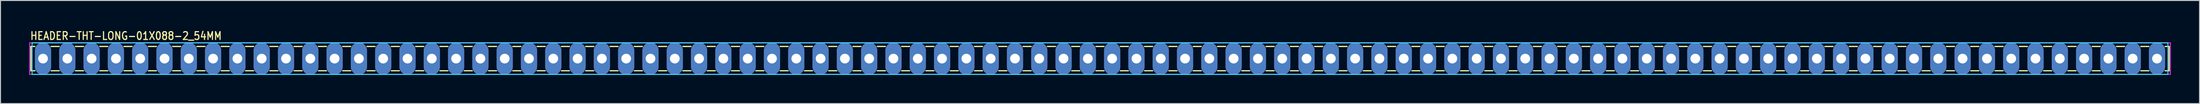
<source format=kicad_pcb>
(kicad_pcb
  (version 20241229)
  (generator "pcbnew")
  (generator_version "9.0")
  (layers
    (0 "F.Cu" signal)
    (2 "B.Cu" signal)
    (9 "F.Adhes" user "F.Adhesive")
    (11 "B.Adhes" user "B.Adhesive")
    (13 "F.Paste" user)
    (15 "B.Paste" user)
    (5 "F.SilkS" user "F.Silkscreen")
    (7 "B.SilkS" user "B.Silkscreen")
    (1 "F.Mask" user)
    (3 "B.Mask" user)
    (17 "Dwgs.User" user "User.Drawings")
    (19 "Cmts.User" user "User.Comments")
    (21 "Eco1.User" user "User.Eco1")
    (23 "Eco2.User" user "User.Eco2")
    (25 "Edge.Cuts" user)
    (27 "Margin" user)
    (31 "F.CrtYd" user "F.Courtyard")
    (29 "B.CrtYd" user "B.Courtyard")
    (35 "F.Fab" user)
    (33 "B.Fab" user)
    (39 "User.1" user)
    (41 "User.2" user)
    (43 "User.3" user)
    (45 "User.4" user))
  (footprint "HEADER-THT-LONG-01X088-2_54MM"
    (layer "F.Cu")
    (at 1.447 3.079)
    (property "Reference" "HEADER-THT-LONG-01X088-2_54MM" (at -1.4 -1.9 0) (unlocked yes) (layer "F.SilkS") (effects (font (size 0.813 0.695) (thickness 0.122)) (justify left bottom)))
    (fp_line (start -1.27 -1.27) (end -1.27 1.27) (stroke (width 0.127) (type solid)) (layer "F.SilkS"))
    (fp_line (start -1.27 1.27) (end -0.85 1.27) (stroke (width 0.127) (type solid)) (layer "F.SilkS"))
    (fp_line (start -0.85 -1.27) (end -1.27 -1.27) (stroke (width 0.127) (type solid)) (layer "F.SilkS"))
    (fp_line (start 0.85 -1.27) (end 1.69 -1.27) (stroke (width 0.127) (type solid)) (layer "F.SilkS"))
    (fp_line (start 0.85 1.27) (end 1.69 1.27) (stroke (width 0.127) (type solid)) (layer "F.SilkS"))
    (fp_line (start 3.39 -1.27) (end 4.23 -1.27) (stroke (width 0.127) (type solid)) (layer "F.SilkS"))
    (fp_line (start 3.39 1.27) (end 4.23 1.27) (stroke (width 0.127) (type solid)) (layer "F.SilkS"))
    (fp_line (start 5.93 -1.27) (end 6.77 -1.27) (stroke (width 0.127) (type solid)) (layer "F.SilkS"))
    (fp_line (start 5.93 1.27) (end 6.77 1.27) (stroke (width 0.127) (type solid)) (layer "F.SilkS"))
    (fp_line (start 8.47 -1.27) (end 9.31 -1.27) (stroke (width 0.127) (type solid)) (layer "F.SilkS"))
    (fp_line (start 8.47 1.27) (end 9.31 1.27) (stroke (width 0.127) (type solid)) (layer "F.SilkS"))
    (fp_line (start 11.01 -1.27) (end 11.85 -1.27) (stroke (width 0.127) (type solid)) (layer "F.SilkS"))
    (fp_line (start 11.01 1.27) (end 11.85 1.27) (stroke (width 0.127) (type solid)) (layer "F.SilkS"))
    (fp_line (start 13.55 -1.27) (end 14.39 -1.27) (stroke (width 0.127) (type solid)) (layer "F.SilkS"))
    (fp_line (start 13.55 1.27) (end 14.39 1.27) (stroke (width 0.127) (type solid)) (layer "F.SilkS"))
    (fp_line (start 16.09 -1.27) (end 16.93 -1.27) (stroke (width 0.127) (type solid)) (layer "F.SilkS"))
    (fp_line (start 16.09 1.27) (end 16.93 1.27) (stroke (width 0.127) (type solid)) (layer "F.SilkS"))
    (fp_line (start 18.63 -1.27) (end 19.47 -1.27) (stroke (width 0.127) (type solid)) (layer "F.SilkS"))
    (fp_line (start 18.63 1.27) (end 19.47 1.27) (stroke (width 0.127) (type solid)) (layer "F.SilkS"))
    (fp_line (start 21.17 -1.27) (end 22.01 -1.27) (stroke (width 0.127) (type solid)) (layer "F.SilkS"))
    (fp_line (start 21.17 1.27) (end 22.01 1.27) (stroke (width 0.127) (type solid)) (layer "F.SilkS"))
    (fp_line (start 23.71 -1.27) (end 24.55 -1.27) (stroke (width 0.127) (type solid)) (layer "F.SilkS"))
    (fp_line (start 23.71 1.27) (end 24.55 1.27) (stroke (width 0.127) (type solid)) (layer "F.SilkS"))
    (fp_line (start 26.25 -1.27) (end 27.09 -1.27) (stroke (width 0.127) (type solid)) (layer "F.SilkS"))
    (fp_line (start 26.25 1.27) (end 27.09 1.27) (stroke (width 0.127) (type solid)) (layer "F.SilkS"))
    (fp_line (start 28.79 -1.27) (end 29.63 -1.27) (stroke (width 0.127) (type solid)) (layer "F.SilkS"))
    (fp_line (start 28.79 1.27) (end 29.63 1.27) (stroke (width 0.127) (type solid)) (layer "F.SilkS"))
    (fp_line (start 31.33 -1.27) (end 32.17 -1.27) (stroke (width 0.127) (type solid)) (layer "F.SilkS"))
    (fp_line (start 31.33 1.27) (end 32.17 1.27) (stroke (width 0.127) (type solid)) (layer "F.SilkS"))
    (fp_line (start 33.87 -1.27) (end 34.71 -1.27) (stroke (width 0.127) (type solid)) (layer "F.SilkS"))
    (fp_line (start 33.87 1.27) (end 34.71 1.27) (stroke (width 0.127) (type solid)) (layer "F.SilkS"))
    (fp_line (start 36.41 -1.27) (end 37.25 -1.27) (stroke (width 0.127) (type solid)) (layer "F.SilkS"))
    (fp_line (start 36.41 1.27) (end 37.25 1.27) (stroke (width 0.127) (type solid)) (layer "F.SilkS"))
    (fp_line (start 38.95 -1.27) (end 39.79 -1.27) (stroke (width 0.127) (type solid)) (layer "F.SilkS"))
    (fp_line (start 38.95 1.27) (end 39.79 1.27) (stroke (width 0.127) (type solid)) (layer "F.SilkS"))
    (fp_line (start 41.49 -1.27) (end 42.33 -1.27) (stroke (width 0.127) (type solid)) (layer "F.SilkS"))
    (fp_line (start 41.49 1.27) (end 42.33 1.27) (stroke (width 0.127) (type solid)) (layer "F.SilkS"))
    (fp_line (start 44.03 -1.27) (end 44.87 -1.27) (stroke (width 0.127) (type solid)) (layer "F.SilkS"))
    (fp_line (start 44.03 1.27) (end 44.87 1.27) (stroke (width 0.127) (type solid)) (layer "F.SilkS"))
    (fp_line (start 46.57 -1.27) (end 47.41 -1.27) (stroke (width 0.127) (type solid)) (layer "F.SilkS"))
    (fp_line (start 46.57 1.27) (end 47.41 1.27) (stroke (width 0.127) (type solid)) (layer "F.SilkS"))
    (fp_line (start 49.11 -1.27) (end 49.95 -1.27) (stroke (width 0.127) (type solid)) (layer "F.SilkS"))
    (fp_line (start 49.11 1.27) (end 49.95 1.27) (stroke (width 0.127) (type solid)) (layer "F.SilkS"))
    (fp_line (start 51.65 -1.27) (end 52.49 -1.27) (stroke (width 0.127) (type solid)) (layer "F.SilkS"))
    (fp_line (start 51.65 1.27) (end 52.49 1.27) (stroke (width 0.127) (type solid)) (layer "F.SilkS"))
    (fp_line (start 54.19 -1.27) (end 55.03 -1.27) (stroke (width 0.127) (type solid)) (layer "F.SilkS"))
    (fp_line (start 54.19 1.27) (end 55.03 1.27) (stroke (width 0.127) (type solid)) (layer "F.SilkS"))
    (fp_line (start 56.73 -1.27) (end 57.57 -1.27) (stroke (width 0.127) (type solid)) (layer "F.SilkS"))
    (fp_line (start 56.73 1.27) (end 57.57 1.27) (stroke (width 0.127) (type solid)) (layer "F.SilkS"))
    (fp_line (start 59.27 -1.27) (end 60.11 -1.27) (stroke (width 0.127) (type solid)) (layer "F.SilkS"))
    (fp_line (start 59.27 1.27) (end 60.11 1.27) (stroke (width 0.127) (type solid)) (layer "F.SilkS"))
    (fp_line (start 61.81 -1.27) (end 62.65 -1.27) (stroke (width 0.127) (type solid)) (layer "F.SilkS"))
    (fp_line (start 61.81 1.27) (end 62.65 1.27) (stroke (width 0.127) (type solid)) (layer "F.SilkS"))
    (fp_line (start 64.35 -1.27) (end 65.19 -1.27) (stroke (width 0.127) (type solid)) (layer "F.SilkS"))
    (fp_line (start 64.35 1.27) (end 65.19 1.27) (stroke (width 0.127) (type solid)) (layer "F.SilkS"))
    (fp_line (start 66.89 -1.27) (end 67.73 -1.27) (stroke (width 0.127) (type solid)) (layer "F.SilkS"))
    (fp_line (start 66.89 1.27) (end 67.73 1.27) (stroke (width 0.127) (type solid)) (layer "F.SilkS"))
    (fp_line (start 69.43 -1.27) (end 70.27 -1.27) (stroke (width 0.127) (type solid)) (layer "F.SilkS"))
    (fp_line (start 69.43 1.27) (end 70.27 1.27) (stroke (width 0.127) (type solid)) (layer "F.SilkS"))
    (fp_line (start 71.97 -1.27) (end 72.81 -1.27) (stroke (width 0.127) (type solid)) (layer "F.SilkS"))
    (fp_line (start 71.97 1.27) (end 72.81 1.27) (stroke (width 0.127) (type solid)) (layer "F.SilkS"))
    (fp_line (start 74.51 -1.27) (end 75.35 -1.27) (stroke (width 0.127) (type solid)) (layer "F.SilkS"))
    (fp_line (start 74.51 1.27) (end 75.35 1.27) (stroke (width 0.127) (type solid)) (layer "F.SilkS"))
    (fp_line (start 77.05 -1.27) (end 77.89 -1.27) (stroke (width 0.127) (type solid)) (layer "F.SilkS"))
    (fp_line (start 77.05 1.27) (end 77.89 1.27) (stroke (width 0.127) (type solid)) (layer "F.SilkS"))
    (fp_line (start 79.59 -1.27) (end 80.43 -1.27) (stroke (width 0.127) (type solid)) (layer "F.SilkS"))
    (fp_line (start 79.59 1.27) (end 80.43 1.27) (stroke (width 0.127) (type solid)) (layer "F.SilkS"))
    (fp_line (start 82.13 -1.27) (end 82.97 -1.27) (stroke (width 0.127) (type solid)) (layer "F.SilkS"))
    (fp_line (start 82.13 1.27) (end 82.97 1.27) (stroke (width 0.127) (type solid)) (layer "F.SilkS"))
    (fp_line (start 84.67 -1.27) (end 85.51 -1.27) (stroke (width 0.127) (type solid)) (layer "F.SilkS"))
    (fp_line (start 84.67 1.27) (end 85.51 1.27) (stroke (width 0.127) (type solid)) (layer "F.SilkS"))
    (fp_line (start 87.21 -1.27) (end 88.05 -1.27) (stroke (width 0.127) (type solid)) (layer "F.SilkS"))
    (fp_line (start 87.21 1.27) (end 88.05 1.27) (stroke (width 0.127) (type solid)) (layer "F.SilkS"))
    (fp_line (start 89.75 -1.27) (end 90.59 -1.27) (stroke (width 0.127) (type solid)) (layer "F.SilkS"))
    (fp_line (start 89.75 1.27) (end 90.59 1.27) (stroke (width 0.127) (type solid)) (layer "F.SilkS"))
    (fp_line (start 92.29 -1.27) (end 93.13 -1.27) (stroke (width 0.127) (type solid)) (layer "F.SilkS"))
    (fp_line (start 92.29 1.27) (end 93.13 1.27) (stroke (width 0.127) (type solid)) (layer "F.SilkS"))
    (fp_line (start 94.83 -1.27) (end 95.67 -1.27) (stroke (width 0.127) (type solid)) (layer "F.SilkS"))
    (fp_line (start 94.83 1.27) (end 95.67 1.27) (stroke (width 0.127) (type solid)) (layer "F.SilkS"))
    (fp_line (start 97.37 -1.27) (end 98.21 -1.27) (stroke (width 0.127) (type solid)) (layer "F.SilkS"))
    (fp_line (start 97.37 1.27) (end 98.21 1.27) (stroke (width 0.127) (type solid)) (layer "F.SilkS"))
    (fp_line (start 99.91 -1.27) (end 100.75 -1.27) (stroke (width 0.127) (type solid)) (layer "F.SilkS"))
    (fp_line (start 99.91 1.27) (end 100.75 1.27) (stroke (width 0.127) (type solid)) (layer "F.SilkS"))
    (fp_line (start 102.45 -1.27) (end 103.29 -1.27) (stroke (width 0.127) (type solid)) (layer "F.SilkS"))
    (fp_line (start 102.45 1.27) (end 103.29 1.27) (stroke (width 0.127) (type solid)) (layer "F.SilkS"))
    (fp_line (start 104.99 -1.27) (end 105.83 -1.27) (stroke (width 0.127) (type solid)) (layer "F.SilkS"))
    (fp_line (start 104.99 1.27) (end 105.83 1.27) (stroke (width 0.127) (type solid)) (layer "F.SilkS"))
    (fp_line (start 107.53 -1.27) (end 108.37 -1.27) (stroke (width 0.127) (type solid)) (layer "F.SilkS"))
    (fp_line (start 107.53 1.27) (end 108.37 1.27) (stroke (width 0.127) (type solid)) (layer "F.SilkS"))
    (fp_line (start 110.07 -1.27) (end 110.91 -1.27) (stroke (width 0.127) (type solid)) (layer "F.SilkS"))
    (fp_line (start 110.07 1.27) (end 110.91 1.27) (stroke (width 0.127) (type solid)) (layer "F.SilkS"))
    (fp_line (start 112.61 -1.27) (end 113.45 -1.27) (stroke (width 0.127) (type solid)) (layer "F.SilkS"))
    (fp_line (start 112.61 1.27) (end 113.45 1.27) (stroke (width 0.127) (type solid)) (layer "F.SilkS"))
    (fp_line (start 115.15 -1.27) (end 115.99 -1.27) (stroke (width 0.127) (type solid)) (layer "F.SilkS"))
    (fp_line (start 115.15 1.27) (end 115.99 1.27) (stroke (width 0.127) (type solid)) (layer "F.SilkS"))
    (fp_line (start 117.69 -1.27) (end 118.53 -1.27) (stroke (width 0.127) (type solid)) (layer "F.SilkS"))
    (fp_line (start 117.69 1.27) (end 118.53 1.27) (stroke (width 0.127) (type solid)) (layer "F.SilkS"))
    (fp_line (start 120.23 -1.27) (end 121.07 -1.27) (stroke (width 0.127) (type solid)) (layer "F.SilkS"))
    (fp_line (start 120.23 1.27) (end 121.07 1.27) (stroke (width 0.127) (type solid)) (layer "F.SilkS"))
    (fp_line (start 122.77 -1.27) (end 123.61 -1.27) (stroke (width 0.127) (type solid)) (layer "F.SilkS"))
    (fp_line (start 122.77 1.27) (end 123.61 1.27) (stroke (width 0.127) (type solid)) (layer "F.SilkS"))
    (fp_line (start 125.31 -1.27) (end 126.15 -1.27) (stroke (width 0.127) (type solid)) (layer "F.SilkS"))
    (fp_line (start 125.31 1.27) (end 126.15 1.27) (stroke (width 0.127) (type solid)) (layer "F.SilkS"))
    (fp_line (start 127.85 -1.27) (end 128.69 -1.27) (stroke (width 0.127) (type solid)) (layer "F.SilkS"))
    (fp_line (start 127.85 1.27) (end 128.69 1.27) (stroke (width 0.127) (type solid)) (layer "F.SilkS"))
    (fp_line (start 130.39 -1.27) (end 131.23 -1.27) (stroke (width 0.127) (type solid)) (layer "F.SilkS"))
    (fp_line (start 130.39 1.27) (end 131.23 1.27) (stroke (width 0.127) (type solid)) (layer "F.SilkS"))
    (fp_line (start 132.93 -1.27) (end 133.77 -1.27) (stroke (width 0.127) (type solid)) (layer "F.SilkS"))
    (fp_line (start 132.93 1.27) (end 133.77 1.27) (stroke (width 0.127) (type solid)) (layer "F.SilkS"))
    (fp_line (start 135.47 -1.27) (end 136.31 -1.27) (stroke (width 0.127) (type solid)) (layer "F.SilkS"))
    (fp_line (start 135.47 1.27) (end 136.31 1.27) (stroke (width 0.127) (type solid)) (layer "F.SilkS"))
    (fp_line (start 138.01 -1.27) (end 138.85 -1.27) (stroke (width 0.127) (type solid)) (layer "F.SilkS"))
    (fp_line (start 138.01 1.27) (end 138.85 1.27) (stroke (width 0.127) (type solid)) (layer "F.SilkS"))
    (fp_line (start 140.55 -1.27) (end 141.39 -1.27) (stroke (width 0.127) (type solid)) (layer "F.SilkS"))
    (fp_line (start 140.55 1.27) (end 141.39 1.27) (stroke (width 0.127) (type solid)) (layer "F.SilkS"))
    (fp_line (start 143.09 -1.27) (end 143.93 -1.27) (stroke (width 0.127) (type solid)) (layer "F.SilkS"))
    (fp_line (start 143.09 1.27) (end 143.93 1.27) (stroke (width 0.127) (type solid)) (layer "F.SilkS"))
    (fp_line (start 145.63 -1.27) (end 146.47 -1.27) (stroke (width 0.127) (type solid)) (layer "F.SilkS"))
    (fp_line (start 145.63 1.27) (end 146.47 1.27) (stroke (width 0.127) (type solid)) (layer "F.SilkS"))
    (fp_line (start 148.17 -1.27) (end 149.01 -1.27) (stroke (width 0.127) (type solid)) (layer "F.SilkS"))
    (fp_line (start 148.17 1.27) (end 149.01 1.27) (stroke (width 0.127) (type solid)) (layer "F.SilkS"))
    (fp_line (start 150.71 -1.27) (end 151.55 -1.27) (stroke (width 0.127) (type solid)) (layer "F.SilkS"))
    (fp_line (start 150.71 1.27) (end 151.55 1.27) (stroke (width 0.127) (type solid)) (layer "F.SilkS"))
    (fp_line (start 153.25 -1.27) (end 154.09 -1.27) (stroke (width 0.127) (type solid)) (layer "F.SilkS"))
    (fp_line (start 153.25 1.27) (end 154.09 1.27) (stroke (width 0.127) (type solid)) (layer "F.SilkS"))
    (fp_line (start 155.79 -1.27) (end 156.63 -1.27) (stroke (width 0.127) (type solid)) (layer "F.SilkS"))
    (fp_line (start 155.79 1.27) (end 156.63 1.27) (stroke (width 0.127) (type solid)) (layer "F.SilkS"))
    (fp_line (start 158.33 -1.27) (end 159.17 -1.27) (stroke (width 0.127) (type solid)) (layer "F.SilkS"))
    (fp_line (start 158.33 1.27) (end 159.17 1.27) (stroke (width 0.127) (type solid)) (layer "F.SilkS"))
    (fp_line (start 160.87 -1.27) (end 161.71 -1.27) (stroke (width 0.127) (type solid)) (layer "F.SilkS"))
    (fp_line (start 160.87 1.27) (end 161.71 1.27) (stroke (width 0.127) (type solid)) (layer "F.SilkS"))
    (fp_line (start 163.41 -1.27) (end 164.25 -1.27) (stroke (width 0.127) (type solid)) (layer "F.SilkS"))
    (fp_line (start 163.41 1.27) (end 164.25 1.27) (stroke (width 0.127) (type solid)) (layer "F.SilkS"))
    (fp_line (start 165.95 -1.27) (end 166.79 -1.27) (stroke (width 0.127) (type solid)) (layer "F.SilkS"))
    (fp_line (start 165.95 1.27) (end 166.79 1.27) (stroke (width 0.127) (type solid)) (layer "F.SilkS"))
    (fp_line (start 168.49 -1.27) (end 169.33 -1.27) (stroke (width 0.127) (type solid)) (layer "F.SilkS"))
    (fp_line (start 168.49 1.27) (end 169.33 1.27) (stroke (width 0.127) (type solid)) (layer "F.SilkS"))
    (fp_line (start 171.03 -1.27) (end 171.87 -1.27) (stroke (width 0.127) (type solid)) (layer "F.SilkS"))
    (fp_line (start 171.03 1.27) (end 171.87 1.27) (stroke (width 0.127) (type solid)) (layer "F.SilkS"))
    (fp_line (start 173.57 -1.27) (end 174.41 -1.27) (stroke (width 0.127) (type solid)) (layer "F.SilkS"))
    (fp_line (start 173.57 1.27) (end 174.41 1.27) (stroke (width 0.127) (type solid)) (layer "F.SilkS"))
    (fp_line (start 176.11 -1.27) (end 176.95 -1.27) (stroke (width 0.127) (type solid)) (layer "F.SilkS"))
    (fp_line (start 176.11 1.27) (end 176.95 1.27) (stroke (width 0.127) (type solid)) (layer "F.SilkS"))
    (fp_line (start 178.65 -1.27) (end 179.49 -1.27) (stroke (width 0.127) (type solid)) (layer "F.SilkS"))
    (fp_line (start 178.65 1.27) (end 179.49 1.27) (stroke (width 0.127) (type solid)) (layer "F.SilkS"))
    (fp_line (start 181.19 -1.27) (end 182.03 -1.27) (stroke (width 0.127) (type solid)) (layer "F.SilkS"))
    (fp_line (start 181.19 1.27) (end 182.03 1.27) (stroke (width 0.127) (type solid)) (layer "F.SilkS"))
    (fp_line (start 183.73 -1.27) (end 184.57 -1.27) (stroke (width 0.127) (type solid)) (layer "F.SilkS"))
    (fp_line (start 183.73 1.27) (end 184.57 1.27) (stroke (width 0.127) (type solid)) (layer "F.SilkS"))
    (fp_line (start 186.27 -1.27) (end 187.11 -1.27) (stroke (width 0.127) (type solid)) (layer "F.SilkS"))
    (fp_line (start 186.27 1.27) (end 187.11 1.27) (stroke (width 0.127) (type solid)) (layer "F.SilkS"))
    (fp_line (start 188.81 -1.27) (end 189.65 -1.27) (stroke (width 0.127) (type solid)) (layer "F.SilkS"))
    (fp_line (start 188.81 1.27) (end 189.65 1.27) (stroke (width 0.127) (type solid)) (layer "F.SilkS"))
    (fp_line (start 191.35 -1.27) (end 192.19 -1.27) (stroke (width 0.127) (type solid)) (layer "F.SilkS"))
    (fp_line (start 191.35 1.27) (end 192.19 1.27) (stroke (width 0.127) (type solid)) (layer "F.SilkS"))
    (fp_line (start 193.89 -1.27) (end 194.73 -1.27) (stroke (width 0.127) (type solid)) (layer "F.SilkS"))
    (fp_line (start 193.89 1.27) (end 194.73 1.27) (stroke (width 0.127) (type solid)) (layer "F.SilkS"))
    (fp_line (start 196.43 -1.27) (end 197.27 -1.27) (stroke (width 0.127) (type solid)) (layer "F.SilkS"))
    (fp_line (start 196.43 1.27) (end 197.27 1.27) (stroke (width 0.127) (type solid)) (layer "F.SilkS"))
    (fp_line (start 198.97 -1.27) (end 199.81 -1.27) (stroke (width 0.127) (type solid)) (layer "F.SilkS"))
    (fp_line (start 198.97 1.27) (end 199.81 1.27) (stroke (width 0.127) (type solid)) (layer "F.SilkS"))
    (fp_line (start 201.51 -1.27) (end 202.35 -1.27) (stroke (width 0.127) (type solid)) (layer "F.SilkS"))
    (fp_line (start 201.51 1.27) (end 202.35 1.27) (stroke (width 0.127) (type solid)) (layer "F.SilkS"))
    (fp_line (start 204.05 -1.27) (end 204.89 -1.27) (stroke (width 0.127) (type solid)) (layer "F.SilkS"))
    (fp_line (start 204.05 1.27) (end 204.89 1.27) (stroke (width 0.127) (type solid)) (layer "F.SilkS"))
    (fp_line (start 206.59 -1.27) (end 207.43 -1.27) (stroke (width 0.127) (type solid)) (layer "F.SilkS"))
    (fp_line (start 206.59 1.27) (end 207.43 1.27) (stroke (width 0.127) (type solid)) (layer "F.SilkS"))
    (fp_line (start 209.13 -1.27) (end 209.97 -1.27) (stroke (width 0.127) (type solid)) (layer "F.SilkS"))
    (fp_line (start 209.13 1.27) (end 209.97 1.27) (stroke (width 0.127) (type solid)) (layer "F.SilkS"))
    (fp_line (start 211.67 -1.27) (end 212.51 -1.27) (stroke (width 0.127) (type solid)) (layer "F.SilkS"))
    (fp_line (start 211.67 1.27) (end 212.51 1.27) (stroke (width 0.127) (type solid)) (layer "F.SilkS"))
    (fp_line (start 214.21 -1.27) (end 215.05 -1.27) (stroke (width 0.127) (type solid)) (layer "F.SilkS"))
    (fp_line (start 214.21 1.27) (end 215.05 1.27) (stroke (width 0.127) (type solid)) (layer "F.SilkS"))
    (fp_line (start 216.75 -1.27) (end 217.59 -1.27) (stroke (width 0.127) (type solid)) (layer "F.SilkS"))
    (fp_line (start 216.75 1.27) (end 217.59 1.27) (stroke (width 0.127) (type solid)) (layer "F.SilkS"))
    (fp_line (start 219.29 -1.27) (end 220.13 -1.27) (stroke (width 0.127) (type solid)) (layer "F.SilkS"))
    (fp_line (start 219.29 1.27) (end 220.13 1.27) (stroke (width 0.127) (type solid)) (layer "F.SilkS"))
    (fp_line (start 221.83 -1.27) (end 222.25 -1.27) (stroke (width 0.127) (type solid)) (layer "F.SilkS"))
    (fp_line (start 222.25 -1.27) (end 222.25 1.27) (stroke (width 0.127) (type solid)) (layer "F.SilkS"))
    (fp_line (start 222.25 1.27) (end 221.83 1.27) (stroke (width 0.127) (type solid)) (layer "F.SilkS"))
    (fp_poly (pts (xy -1.143 -1.651) (xy 222.123 -1.651) (xy 222.123 1.651) (xy -1.143 1.651)) (stroke (width 0.1) (type solid)) (fill no) (layer "B.CrtYd"))
    (fp_poly (pts (xy -1.397 -1.651) (xy 222.377 -1.651) (xy 222.377 1.651) (xy -1.397 1.651)) (stroke (width 0.1) (type solid)) (fill no) (layer "F.CrtYd"))
    (pad "P$1" thru_hole oval (at 0 0 90) (size 3.387 1.693) (drill 1.016) (layers "*.Cu" "*.Mask"))
    (pad "P$2" thru_hole oval (at 2.54 0 90) (size 3.387 1.693) (drill 1.016) (layers "*.Cu" "*.Mask"))
    (pad "P$3" thru_hole oval (at 5.08 0 90) (size 3.387 1.693) (drill 1.016) (layers "*.Cu" "*.Mask"))
    (pad "P$4" thru_hole oval (at 7.62 0 90) (size 3.387 1.693) (drill 1.016) (layers "*.Cu" "*.Mask"))
    (pad "P$5" thru_hole oval (at 10.16 0 90) (size 3.387 1.693) (drill 1.016) (layers "*.Cu" "*.Mask"))
    (pad "P$6" thru_hole oval (at 12.7 0 90) (size 3.387 1.693) (drill 1.016) (layers "*.Cu" "*.Mask"))
    (pad "P$7" thru_hole oval (at 15.24 0 90) (size 3.387 1.693) (drill 1.016) (layers "*.Cu" "*.Mask"))
    (pad "P$8" thru_hole oval (at 17.78 0 90) (size 3.387 1.693) (drill 1.016) (layers "*.Cu" "*.Mask"))
    (pad "P$9" thru_hole oval (at 20.32 0 90) (size 3.387 1.693) (drill 1.016) (layers "*.Cu" "*.Mask"))
    (pad "P$10" thru_hole oval (at 22.86 0 90) (size 3.387 1.693) (drill 1.016) (layers "*.Cu" "*.Mask"))
    (pad "P$11" thru_hole oval (at 25.4 0 90) (size 3.387 1.693) (drill 1.016) (layers "*.Cu" "*.Mask"))
    (pad "P$12" thru_hole oval (at 27.94 0 90) (size 3.387 1.693) (drill 1.016) (layers "*.Cu" "*.Mask"))
    (pad "P$13" thru_hole oval (at 30.48 0 90) (size 3.387 1.693) (drill 1.016) (layers "*.Cu" "*.Mask"))
    (pad "P$14" thru_hole oval (at 33.02 0 90) (size 3.387 1.693) (drill 1.016) (layers "*.Cu" "*.Mask"))
    (pad "P$15" thru_hole oval (at 35.56 0 90) (size 3.387 1.693) (drill 1.016) (layers "*.Cu" "*.Mask"))
    (pad "P$16" thru_hole oval (at 38.1 0 90) (size 3.387 1.693) (drill 1.016) (layers "*.Cu" "*.Mask"))
    (pad "P$17" thru_hole oval (at 40.64 0 90) (size 3.387 1.693) (drill 1.016) (layers "*.Cu" "*.Mask"))
    (pad "P$18" thru_hole oval (at 43.18 0 90) (size 3.387 1.693) (drill 1.016) (layers "*.Cu" "*.Mask"))
    (pad "P$19" thru_hole oval (at 45.72 0 90) (size 3.387 1.693) (drill 1.016) (layers "*.Cu" "*.Mask"))
    (pad "P$20" thru_hole oval (at 48.26 0 90) (size 3.387 1.693) (drill 1.016) (layers "*.Cu" "*.Mask"))
    (pad "P$21" thru_hole oval (at 50.8 0 90) (size 3.387 1.693) (drill 1.016) (layers "*.Cu" "*.Mask"))
    (pad "P$22" thru_hole oval (at 53.34 0 90) (size 3.387 1.693) (drill 1.016) (layers "*.Cu" "*.Mask"))
    (pad "P$23" thru_hole oval (at 55.88 0 90) (size 3.387 1.693) (drill 1.016) (layers "*.Cu" "*.Mask"))
    (pad "P$24" thru_hole oval (at 58.42 0 90) (size 3.387 1.693) (drill 1.016) (layers "*.Cu" "*.Mask"))
    (pad "P$25" thru_hole oval (at 60.96 0 90) (size 3.387 1.693) (drill 1.016) (layers "*.Cu" "*.Mask"))
    (pad "P$26" thru_hole oval (at 63.5 0 90) (size 3.387 1.693) (drill 1.016) (layers "*.Cu" "*.Mask"))
    (pad "P$27" thru_hole oval (at 66.04 0 90) (size 3.387 1.693) (drill 1.016) (layers "*.Cu" "*.Mask"))
    (pad "P$28" thru_hole oval (at 68.58 0 90) (size 3.387 1.693) (drill 1.016) (layers "*.Cu" "*.Mask"))
    (pad "P$29" thru_hole oval (at 71.12 0 90) (size 3.387 1.693) (drill 1.016) (layers "*.Cu" "*.Mask"))
    (pad "P$30" thru_hole oval (at 73.66 0 90) (size 3.387 1.693) (drill 1.016) (layers "*.Cu" "*.Mask"))
    (pad "P$31" thru_hole oval (at 76.2 0 90) (size 3.387 1.693) (drill 1.016) (layers "*.Cu" "*.Mask"))
    (pad "P$32" thru_hole oval (at 78.74 0 90) (size 3.387 1.693) (drill 1.016) (layers "*.Cu" "*.Mask"))
    (pad "P$33" thru_hole oval (at 81.28 0 90) (size 3.387 1.693) (drill 1.016) (layers "*.Cu" "*.Mask"))
    (pad "P$34" thru_hole oval (at 83.82 0 90) (size 3.387 1.693) (drill 1.016) (layers "*.Cu" "*.Mask"))
    (pad "P$35" thru_hole oval (at 86.36 0 90) (size 3.387 1.693) (drill 1.016) (layers "*.Cu" "*.Mask"))
    (pad "P$36" thru_hole oval (at 88.9 0 90) (size 3.387 1.693) (drill 1.016) (layers "*.Cu" "*.Mask"))
    (pad "P$37" thru_hole oval (at 91.44 0 90) (size 3.387 1.693) (drill 1.016) (layers "*.Cu" "*.Mask"))
    (pad "P$38" thru_hole oval (at 93.98 0 90) (size 3.387 1.693) (drill 1.016) (layers "*.Cu" "*.Mask"))
    (pad "P$39" thru_hole oval (at 96.52 0 90) (size 3.387 1.693) (drill 1.016) (layers "*.Cu" "*.Mask"))
    (pad "P$40" thru_hole oval (at 99.06 0 90) (size 3.387 1.693) (drill 1.016) (layers "*.Cu" "*.Mask"))
    (pad "P$41" thru_hole oval (at 101.6 0 90) (size 3.387 1.693) (drill 1.016) (layers "*.Cu" "*.Mask"))
    (pad "P$42" thru_hole oval (at 104.14 0 90) (size 3.387 1.693) (drill 1.016) (layers "*.Cu" "*.Mask"))
    (pad "P$43" thru_hole oval (at 106.68 0 90) (size 3.387 1.693) (drill 1.016) (layers "*.Cu" "*.Mask"))
    (pad "P$44" thru_hole oval (at 109.22 0 90) (size 3.387 1.693) (drill 1.016) (layers "*.Cu" "*.Mask"))
    (pad "P$45" thru_hole oval (at 111.76 0 90) (size 3.387 1.693) (drill 1.016) (layers "*.Cu" "*.Mask"))
    (pad "P$46" thru_hole oval (at 114.3 0 90) (size 3.387 1.693) (drill 1.016) (layers "*.Cu" "*.Mask"))
    (pad "P$47" thru_hole oval (at 116.84 0 90) (size 3.387 1.693) (drill 1.016) (layers "*.Cu" "*.Mask"))
    (pad "P$48" thru_hole oval (at 119.38 0 90) (size 3.387 1.693) (drill 1.016) (layers "*.Cu" "*.Mask"))
    (pad "P$49" thru_hole oval (at 121.92 0 90) (size 3.387 1.693) (drill 1.016) (layers "*.Cu" "*.Mask"))
    (pad "P$50" thru_hole oval (at 124.46 0 90) (size 3.387 1.693) (drill 1.016) (layers "*.Cu" "*.Mask"))
    (pad "P$51" thru_hole oval (at 127 0 90) (size 3.387 1.693) (drill 1.016) (layers "*.Cu" "*.Mask"))
    (pad "P$52" thru_hole oval (at 129.54 0 90) (size 3.387 1.693) (drill 1.016) (layers "*.Cu" "*.Mask"))
    (pad "P$53" thru_hole oval (at 132.08 0 90) (size 3.387 1.693) (drill 1.016) (layers "*.Cu" "*.Mask"))
    (pad "P$54" thru_hole oval (at 134.62 0 90) (size 3.387 1.693) (drill 1.016) (layers "*.Cu" "*.Mask"))
    (pad "P$55" thru_hole oval (at 137.16 0 90) (size 3.387 1.693) (drill 1.016) (layers "*.Cu" "*.Mask"))
    (pad "P$56" thru_hole oval (at 139.7 0 90) (size 3.387 1.693) (drill 1.016) (layers "*.Cu" "*.Mask"))
    (pad "P$57" thru_hole oval (at 142.24 0 90) (size 3.387 1.693) (drill 1.016) (layers "*.Cu" "*.Mask"))
    (pad "P$58" thru_hole oval (at 144.78 0 90) (size 3.387 1.693) (drill 1.016) (layers "*.Cu" "*.Mask"))
    (pad "P$59" thru_hole oval (at 147.32 0 90) (size 3.387 1.693) (drill 1.016) (layers "*.Cu" "*.Mask"))
    (pad "P$60" thru_hole oval (at 149.86 0 90) (size 3.387 1.693) (drill 1.016) (layers "*.Cu" "*.Mask"))
    (pad "P$61" thru_hole oval (at 152.4 0 90) (size 3.387 1.693) (drill 1.016) (layers "*.Cu" "*.Mask"))
    (pad "P$62" thru_hole oval (at 154.94 0 90) (size 3.387 1.693) (drill 1.016) (layers "*.Cu" "*.Mask"))
    (pad "P$63" thru_hole oval (at 157.48 0 90) (size 3.387 1.693) (drill 1.016) (layers "*.Cu" "*.Mask"))
    (pad "P$64" thru_hole oval (at 160.02 0 90) (size 3.387 1.693) (drill 1.016) (layers "*.Cu" "*.Mask"))
    (pad "P$65" thru_hole oval (at 162.56 0 90) (size 3.387 1.693) (drill 1.016) (layers "*.Cu" "*.Mask"))
    (pad "P$66" thru_hole oval (at 165.1 0 90) (size 3.387 1.693) (drill 1.016) (layers "*.Cu" "*.Mask"))
    (pad "P$67" thru_hole oval (at 167.64 0 90) (size 3.387 1.693) (drill 1.016) (layers "*.Cu" "*.Mask"))
    (pad "P$68" thru_hole oval (at 170.18 0 90) (size 3.387 1.693) (drill 1.016) (layers "*.Cu" "*.Mask"))
    (pad "P$69" thru_hole oval (at 172.72 0 90) (size 3.387 1.693) (drill 1.016) (layers "*.Cu" "*.Mask"))
    (pad "P$70" thru_hole oval (at 175.26 0 90) (size 3.387 1.693) (drill 1.016) (layers "*.Cu" "*.Mask"))
    (pad "P$71" thru_hole oval (at 177.8 0 90) (size 3.387 1.693) (drill 1.016) (layers "*.Cu" "*.Mask"))
    (pad "P$72" thru_hole oval (at 180.34 0 90) (size 3.387 1.693) (drill 1.016) (layers "*.Cu" "*.Mask"))
    (pad "P$73" thru_hole oval (at 182.88 0 90) (size 3.387 1.693) (drill 1.016) (layers "*.Cu" "*.Mask"))
    (pad "P$74" thru_hole oval (at 185.42 0 90) (size 3.387 1.693) (drill 1.016) (layers "*.Cu" "*.Mask"))
    (pad "P$75" thru_hole oval (at 187.96 0 90) (size 3.387 1.693) (drill 1.016) (layers "*.Cu" "*.Mask"))
    (pad "P$76" thru_hole oval (at 190.5 0 90) (size 3.387 1.693) (drill 1.016) (layers "*.Cu" "*.Mask"))
    (pad "P$77" thru_hole oval (at 193.04 0 90) (size 3.387 1.693) (drill 1.016) (layers "*.Cu" "*.Mask"))
    (pad "P$78" thru_hole oval (at 195.58 0 90) (size 3.387 1.693) (drill 1.016) (layers "*.Cu" "*.Mask"))
    (pad "P$79" thru_hole oval (at 198.12 0 90) (size 3.387 1.693) (drill 1.016) (layers "*.Cu" "*.Mask"))
    (pad "P$80" thru_hole oval (at 200.66 0 90) (size 3.387 1.693) (drill 1.016) (layers "*.Cu" "*.Mask"))
    (pad "P$81" thru_hole oval (at 203.2 0 90) (size 3.387 1.693) (drill 1.016) (layers "*.Cu" "*.Mask"))
    (pad "P$82" thru_hole oval (at 205.74 0 90) (size 3.387 1.693) (drill 1.016) (layers "*.Cu" "*.Mask"))
    (pad "P$83" thru_hole oval (at 208.28 0 90) (size 3.387 1.693) (drill 1.016) (layers "*.Cu" "*.Mask"))
    (pad "P$84" thru_hole oval (at 210.82 0 90) (size 3.387 1.693) (drill 1.016) (layers "*.Cu" "*.Mask"))
    (pad "P$85" thru_hole oval (at 213.36 0 90) (size 3.387 1.693) (drill 1.016) (layers "*.Cu" "*.Mask"))
    (pad "P$86" thru_hole oval (at 215.9 0 90) (size 3.387 1.693) (drill 1.016) (layers "*.Cu" "*.Mask"))
    (pad "P$87" thru_hole oval (at 218.44 0 90) (size 3.387 1.693) (drill 1.016) (layers "*.Cu" "*.Mask"))
    (pad "P$88" thru_hole oval (at 220.98 0 90) (size 3.387 1.693) (drill 1.016) (layers "*.Cu" "*.Mask")))
  (gr_rect
    (start -3 -3)
    (end 226.874 7.78)
    (stroke (width 0.1) (type default))
    (fill no)
    (layer "Edge.Cuts")))
</source>
